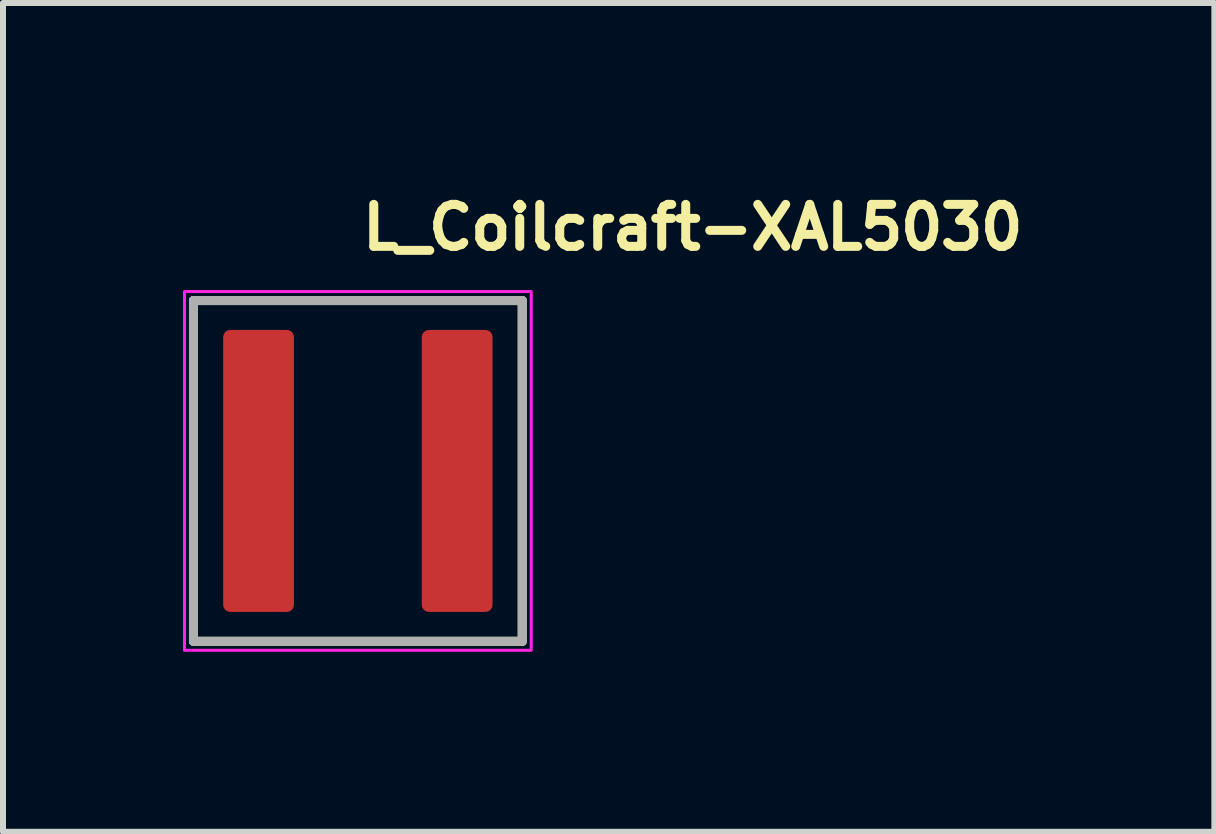
<source format=kicad_pcb>
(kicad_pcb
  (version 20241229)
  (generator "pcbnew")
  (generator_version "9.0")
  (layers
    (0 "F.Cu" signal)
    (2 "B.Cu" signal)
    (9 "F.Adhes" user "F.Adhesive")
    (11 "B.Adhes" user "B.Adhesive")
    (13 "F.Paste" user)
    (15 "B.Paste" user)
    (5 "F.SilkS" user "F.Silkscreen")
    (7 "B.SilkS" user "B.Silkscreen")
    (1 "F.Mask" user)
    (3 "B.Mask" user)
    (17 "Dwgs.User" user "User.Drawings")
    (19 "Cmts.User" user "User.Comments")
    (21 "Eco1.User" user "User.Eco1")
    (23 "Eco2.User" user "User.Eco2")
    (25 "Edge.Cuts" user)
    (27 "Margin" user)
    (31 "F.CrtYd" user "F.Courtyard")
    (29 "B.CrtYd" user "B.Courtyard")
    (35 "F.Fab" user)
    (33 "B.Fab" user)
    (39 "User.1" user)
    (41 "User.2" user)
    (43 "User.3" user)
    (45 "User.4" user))
  (footprint "L_Coilcraft-XAL5030"
    (layer "F.Cu")
    (at 2.915 4.8)
    (property "Reference" "L_Coilcraft-XAL5030" (at 0 -3.65 0) (layer "F.SilkS") (effects (font (size 0.7 0.7) (thickness 0.15)) (justify left bottom)))
    (attr smd)
    (fp_line (start -2.74 -2.84) (end 2.74 -2.84) (stroke (width 0.15) (type solid)) (layer "F.SilkS"))
    (fp_line (start -2.74 2.84) (end -2.74 -2.84) (stroke (width 0.15) (type solid)) (layer "F.SilkS"))
    (fp_line (start -2.74 2.84) (end 2.74 2.84) (stroke (width 0.15) (type solid)) (layer "F.SilkS"))
    (fp_line (start 2.74 2.84) (end 2.74 -2.84) (stroke (width 0.15) (type solid)) (layer "F.SilkS"))
    (fp_rect (start -2.89 -2.99) (end 2.89 2.99) (stroke (width 0.05) (type solid)) (fill no) (layer "F.CrtYd"))
    (fp_line (start -2.74 -2.84) (end 2.74 -2.84) (stroke (width 0.15) (type solid)) (layer "F.Fab"))
    (fp_line (start -2.74 2.84) (end -2.74 -2.84) (stroke (width 0.15) (type solid)) (layer "F.Fab"))
    (fp_line (start 2.74 -2.84) (end 2.74 2.84) (stroke (width 0.15) (type solid)) (layer "F.Fab"))
    (fp_line (start 2.74 2.84) (end -2.74 2.84) (stroke (width 0.15) (type solid)) (layer "F.Fab"))
    (fp_rect (start -2.64 -2.74) (end 2.64 2.74) (stroke (width 0.1) (type solid)) (fill no) (layer "User.5"))
    (fp_line (start -2.64 -2.54) (end -2.64 2.54) (stroke (width 0.02) (type solid)) (layer "User.9"))
    (fp_line (start -2.64 2.54) (end -2.639 2.549) (stroke (width 0.02) (type solid)) (layer "User.9"))
    (fp_line (start -2.639 -2.559) (end -2.639 -2.549) (stroke (width 0.02) (type solid)) (layer "User.9"))
    (fp_line (start -2.639 -2.549) (end -2.64 -2.54) (stroke (width 0.02) (type solid)) (layer "User.9"))
    (fp_line (start -2.639 2.549) (end -2.639 2.559) (stroke (width 0.02) (type solid)) (layer "User.9"))
    (fp_line (start -2.639 2.559) (end -2.637 2.569) (stroke (width 0.02) (type solid)) (layer "User.9"))
    (fp_line (start -2.637 -2.569) (end -2.639 -2.559) (stroke (width 0.02) (type solid)) (layer "User.9"))
    (fp_line (start -2.637 2.569) (end -2.636 2.579) (stroke (width 0.02) (type solid)) (layer "User.9"))
    (fp_line (start -2.636 -2.579) (end -2.637 -2.569) (stroke (width 0.02) (type solid)) (layer "User.9"))
    (fp_line (start -2.636 2.579) (end -2.633 2.588) (stroke (width 0.02) (type solid)) (layer "User.9"))
    (fp_line (start -2.633 -2.588) (end -2.636 -2.579) (stroke (width 0.02) (type solid)) (layer "User.9"))
    (fp_line (start -2.633 2.588) (end -2.631 2.598) (stroke (width 0.02) (type solid)) (layer "User.9"))
    (fp_line (start -2.631 -2.598) (end -2.633 -2.588) (stroke (width 0.02) (type solid)) (layer "User.9"))
    (fp_line (start -2.631 2.598) (end -2.628 2.607) (stroke (width 0.02) (type solid)) (layer "User.9"))
    (fp_line (start -2.628 -2.607) (end -2.631 -2.598) (stroke (width 0.02) (type solid)) (layer "User.9"))
    (fp_line (start -2.628 2.607) (end -2.624 2.616) (stroke (width 0.02) (type solid)) (layer "User.9"))
    (fp_line (start -2.624 -2.616) (end -2.628 -2.607) (stroke (width 0.02) (type solid)) (layer "User.9"))
    (fp_line (start -2.624 2.616) (end -2.62 2.625) (stroke (width 0.02) (type solid)) (layer "User.9"))
    (fp_line (start -2.62 -2.625) (end -2.624 -2.616) (stroke (width 0.02) (type solid)) (layer "User.9"))
    (fp_line (start -2.62 2.625) (end -2.616 2.634) (stroke (width 0.02) (type solid)) (layer "User.9"))
    (fp_line (start -2.616 -2.634) (end -2.62 -2.625) (stroke (width 0.02) (type solid)) (layer "User.9"))
    (fp_line (start -2.616 2.634) (end -2.611 2.642) (stroke (width 0.02) (type solid)) (layer "User.9"))
    (fp_line (start -2.611 -2.642) (end -2.616 -2.634) (stroke (width 0.02) (type solid)) (layer "User.9"))
    (fp_line (start -2.611 2.642) (end -2.606 2.65) (stroke (width 0.02) (type solid)) (layer "User.9"))
    (fp_line (start -2.606 -2.65) (end -2.611 -2.642) (stroke (width 0.02) (type solid)) (layer "User.9"))
    (fp_line (start -2.606 2.65) (end -2.6 2.658) (stroke (width 0.02) (type solid)) (layer "User.9"))
    (fp_line (start -2.6 -2.658) (end -2.606 -2.65) (stroke (width 0.02) (type solid)) (layer "User.9"))
    (fp_line (start -2.6 2.658) (end -2.594 2.666) (stroke (width 0.02) (type solid)) (layer "User.9"))
    (fp_line (start -2.594 -2.666) (end -2.6 -2.658) (stroke (width 0.02) (type solid)) (layer "User.9"))
    (fp_line (start -2.594 2.666) (end -2.588 2.674) (stroke (width 0.02) (type solid)) (layer "User.9"))
    (fp_line (start -2.588 -2.674) (end -2.594 -2.666) (stroke (width 0.02) (type solid)) (layer "User.9"))
    (fp_line (start -2.588 2.674) (end -2.581 2.681) (stroke (width 0.02) (type solid)) (layer "User.9"))
    (fp_line (start -2.581 -2.681) (end -2.588 -2.674) (stroke (width 0.02) (type solid)) (layer "User.9"))
    (fp_line (start -2.581 -2.681) (end -2.581 -2.681) (stroke (width 0.02) (type solid)) (layer "User.9"))
    (fp_line (start -2.581 2.681) (end -2.581 2.681) (stroke (width 0.02) (type solid)) (layer "User.9"))
    (fp_line (start -2.581 2.681) (end -2.574 2.688) (stroke (width 0.02) (type solid)) (layer "User.9"))
    (fp_line (start -2.574 -2.688) (end -2.581 -2.681) (stroke (width 0.02) (type solid)) (layer "User.9"))
    (fp_line (start -2.574 2.688) (end -2.566 2.694) (stroke (width 0.02) (type solid)) (layer "User.9"))
    (fp_line (start -2.566 -2.694) (end -2.574 -2.688) (stroke (width 0.02) (type solid)) (layer "User.9"))
    (fp_line (start -2.566 2.694) (end -2.558 2.7) (stroke (width 0.02) (type solid)) (layer "User.9"))
    (fp_line (start -2.558 -2.7) (end -2.566 -2.694) (stroke (width 0.02) (type solid)) (layer "User.9"))
    (fp_line (start -2.558 2.7) (end -2.55 2.706) (stroke (width 0.02) (type solid)) (layer "User.9"))
    (fp_line (start -2.55 -2.706) (end -2.558 -2.7) (stroke (width 0.02) (type solid)) (layer "User.9"))
    (fp_line (start -2.55 2.706) (end -2.542 2.711) (stroke (width 0.02) (type solid)) (layer "User.9"))
    (fp_line (start -2.542 -2.711) (end -2.55 -2.706) (stroke (width 0.02) (type solid)) (layer "User.9"))
    (fp_line (start -2.542 2.711) (end -2.534 2.716) (stroke (width 0.02) (type solid)) (layer "User.9"))
    (fp_line (start -2.534 -2.716) (end -2.542 -2.711) (stroke (width 0.02) (type solid)) (layer "User.9"))
    (fp_line (start -2.534 2.716) (end -2.525 2.72) (stroke (width 0.02) (type solid)) (layer "User.9"))
    (fp_line (start -2.525 -2.72) (end -2.534 -2.716) (stroke (width 0.02) (type solid)) (layer "User.9"))
    (fp_line (start -2.525 2.72) (end -2.516 2.724) (stroke (width 0.02) (type solid)) (layer "User.9"))
    (fp_line (start -2.516 -2.724) (end -2.525 -2.72) (stroke (width 0.02) (type solid)) (layer "User.9"))
    (fp_line (start -2.516 2.724) (end -2.507 2.728) (stroke (width 0.02) (type solid)) (layer "User.9"))
    (fp_line (start -2.507 -2.728) (end -2.516 -2.724) (stroke (width 0.02) (type solid)) (layer "User.9"))
    (fp_line (start -2.507 2.728) (end -2.498 2.731) (stroke (width 0.02) (type solid)) (layer "User.9"))
    (fp_line (start -2.498 -2.731) (end -2.507 -2.728) (stroke (width 0.02) (type solid)) (layer "User.9"))
    (fp_line (start -2.498 2.731) (end -2.488 2.733) (stroke (width 0.02) (type solid)) (layer "User.9"))
    (fp_line (start -2.488 -2.733) (end -2.498 -2.731) (stroke (width 0.02) (type solid)) (layer "User.9"))
    (fp_line (start -2.488 2.733) (end -2.479 2.736) (stroke (width 0.02) (type solid)) (layer "User.9"))
    (fp_line (start -2.479 -2.736) (end -2.488 -2.733) (stroke (width 0.02) (type solid)) (layer "User.9"))
    (fp_line (start -2.479 2.736) (end -2.469 2.737) (stroke (width 0.02) (type solid)) (layer "User.9"))
    (fp_line (start -2.469 -2.737) (end -2.479 -2.736) (stroke (width 0.02) (type solid)) (layer "User.9"))
    (fp_line (start -2.469 2.737) (end -2.459 2.739) (stroke (width 0.02) (type solid)) (layer "User.9"))
    (fp_line (start -2.459 -2.739) (end -2.469 -2.737) (stroke (width 0.02) (type solid)) (layer "User.9"))
    (fp_line (start -2.459 2.739) (end -2.449 2.739) (stroke (width 0.02) (type solid)) (layer "User.9"))
    (fp_line (start -2.449 -2.739) (end -2.459 -2.739) (stroke (width 0.02) (type solid)) (layer "User.9"))
    (fp_line (start -2.449 2.739) (end -2.44 2.74) (stroke (width 0.02) (type solid)) (layer "User.9"))
    (fp_line (start -2.44 -2.74) (end -2.449 -2.739) (stroke (width 0.02) (type solid)) (layer "User.9"))
    (fp_line (start -2.44 -2.74) (end 2.44 -2.74) (stroke (width 0.02) (type solid)) (layer "User.9"))
    (fp_line (start -2.44 2.74) (end 2.44 2.74) (stroke (width 0.02) (type solid)) (layer "User.9"))
    (fp_line (start -1.865 -1.974) (end -1.865 2.024) (stroke (width 0.02) (type solid)) (layer "User.9"))
    (fp_line (start -1.865 2.024) (end -1.665 2.024) (stroke (width 0.02) (type solid)) (layer "User.9"))
    (fp_line (start -1.665 -1.974) (end -1.865 -1.974) (stroke (width 0.02) (type solid)) (layer "User.9"))
    (fp_line (start -1.665 2.024) (end -1.665 -1.974) (stroke (width 0.02) (type solid)) (layer "User.9"))
    (fp_line (start 2.44 -2.74) (end -2.44 -2.74) (stroke (width 0.02) (type solid)) (layer "User.9"))
    (fp_line (start 2.44 2.74) (end -2.44 2.74) (stroke (width 0.02) (type solid)) (layer "User.9"))
    (fp_line (start 2.44 2.74) (end 2.449 2.739) (stroke (width 0.02) (type solid)) (layer "User.9"))
    (fp_line (start 2.449 -2.739) (end 2.44 -2.74) (stroke (width 0.02) (type solid)) (layer "User.9"))
    (fp_line (start 2.449 2.739) (end 2.459 2.739) (stroke (width 0.02) (type solid)) (layer "User.9"))
    (fp_line (start 2.459 -2.739) (end 2.449 -2.739) (stroke (width 0.02) (type solid)) (layer "User.9"))
    (fp_line (start 2.459 2.739) (end 2.469 2.737) (stroke (width 0.02) (type solid)) (layer "User.9"))
    (fp_line (start 2.469 -2.737) (end 2.459 -2.739) (stroke (width 0.02) (type solid)) (layer "User.9"))
    (fp_line (start 2.469 2.737) (end 2.479 2.736) (stroke (width 0.02) (type solid)) (layer "User.9"))
    (fp_line (start 2.479 -2.736) (end 2.469 -2.737) (stroke (width 0.02) (type solid)) (layer "User.9"))
    (fp_line (start 2.479 2.736) (end 2.488 2.733) (stroke (width 0.02) (type solid)) (layer "User.9"))
    (fp_line (start 2.488 -2.733) (end 2.479 -2.736) (stroke (width 0.02) (type solid)) (layer "User.9"))
    (fp_line (start 2.488 2.733) (end 2.498 2.731) (stroke (width 0.02) (type solid)) (layer "User.9"))
    (fp_line (start 2.498 -2.731) (end 2.488 -2.733) (stroke (width 0.02) (type solid)) (layer "User.9"))
    (fp_line (start 2.498 2.731) (end 2.507 2.728) (stroke (width 0.02) (type solid)) (layer "User.9"))
    (fp_line (start 2.507 -2.728) (end 2.498 -2.731) (stroke (width 0.02) (type solid)) (layer "User.9"))
    (fp_line (start 2.507 2.728) (end 2.516 2.724) (stroke (width 0.02) (type solid)) (layer "User.9"))
    (fp_line (start 2.516 -2.724) (end 2.507 -2.728) (stroke (width 0.02) (type solid)) (layer "User.9"))
    (fp_line (start 2.516 2.724) (end 2.525 2.72) (stroke (width 0.02) (type solid)) (layer "User.9"))
    (fp_line (start 2.525 -2.72) (end 2.516 -2.724) (stroke (width 0.02) (type solid)) (layer "User.9"))
    (fp_line (start 2.525 2.72) (end 2.534 2.716) (stroke (width 0.02) (type solid)) (layer "User.9"))
    (fp_line (start 2.534 -2.716) (end 2.525 -2.72) (stroke (width 0.02) (type solid)) (layer "User.9"))
    (fp_line (start 2.534 2.716) (end 2.542 2.711) (stroke (width 0.02) (type solid)) (layer "User.9"))
    (fp_line (start 2.542 -2.711) (end 2.534 -2.716) (stroke (width 0.02) (type solid)) (layer "User.9"))
    (fp_line (start 2.542 2.711) (end 2.55 2.706) (stroke (width 0.02) (type solid)) (layer "User.9"))
    (fp_line (start 2.55 -2.706) (end 2.542 -2.711) (stroke (width 0.02) (type solid)) (layer "User.9"))
    (fp_line (start 2.55 2.706) (end 2.558 2.7) (stroke (width 0.02) (type solid)) (layer "User.9"))
    (fp_line (start 2.558 -2.7) (end 2.55 -2.706) (stroke (width 0.02) (type solid)) (layer "User.9"))
    (fp_line (start 2.558 2.7) (end 2.566 2.694) (stroke (width 0.02) (type solid)) (layer "User.9"))
    (fp_line (start 2.566 -2.694) (end 2.558 -2.7) (stroke (width 0.02) (type solid)) (layer "User.9"))
    (fp_line (start 2.566 2.694) (end 2.574 2.688) (stroke (width 0.02) (type solid)) (layer "User.9"))
    (fp_line (start 2.574 -2.688) (end 2.566 -2.694) (stroke (width 0.02) (type solid)) (layer "User.9"))
    (fp_line (start 2.574 2.688) (end 2.581 2.681) (stroke (width 0.02) (type solid)) (layer "User.9"))
    (fp_line (start 2.581 -2.681) (end 2.574 -2.688) (stroke (width 0.02) (type solid)) (layer "User.9"))
    (fp_line (start 2.581 -2.681) (end 2.581 -2.681) (stroke (width 0.02) (type solid)) (layer "User.9"))
    (fp_line (start 2.581 2.681) (end 2.581 2.681) (stroke (width 0.02) (type solid)) (layer "User.9"))
    (fp_line (start 2.581 2.681) (end 2.588 2.674) (stroke (width 0.02) (type solid)) (layer "User.9"))
    (fp_line (start 2.588 -2.674) (end 2.581 -2.681) (stroke (width 0.02) (type solid)) (layer "User.9"))
    (fp_line (start 2.588 2.674) (end 2.594 2.666) (stroke (width 0.02) (type solid)) (layer "User.9"))
    (fp_line (start 2.594 -2.666) (end 2.588 -2.674) (stroke (width 0.02) (type solid)) (layer "User.9"))
    (fp_line (start 2.594 2.666) (end 2.6 2.658) (stroke (width 0.02) (type solid)) (layer "User.9"))
    (fp_line (start 2.6 -2.658) (end 2.594 -2.666) (stroke (width 0.02) (type solid)) (layer "User.9"))
    (fp_line (start 2.6 2.658) (end 2.606 2.65) (stroke (width 0.02) (type solid)) (layer "User.9"))
    (fp_line (start 2.606 -2.65) (end 2.6 -2.658) (stroke (width 0.02) (type solid)) (layer "User.9"))
    (fp_line (start 2.606 2.65) (end 2.611 2.642) (stroke (width 0.02) (type solid)) (layer "User.9"))
    (fp_line (start 2.611 -2.642) (end 2.606 -2.65) (stroke (width 0.02) (type solid)) (layer "User.9"))
    (fp_line (start 2.611 2.642) (end 2.616 2.634) (stroke (width 0.02) (type solid)) (layer "User.9"))
    (fp_line (start 2.616 -2.634) (end 2.611 -2.642) (stroke (width 0.02) (type solid)) (layer "User.9"))
    (fp_line (start 2.616 2.634) (end 2.62 2.625) (stroke (width 0.02) (type solid)) (layer "User.9"))
    (fp_line (start 2.62 -2.625) (end 2.616 -2.634) (stroke (width 0.02) (type solid)) (layer "User.9"))
    (fp_line (start 2.62 2.625) (end 2.624 2.616) (stroke (width 0.02) (type solid)) (layer "User.9"))
    (fp_line (start 2.624 -2.616) (end 2.62 -2.625) (stroke (width 0.02) (type solid)) (layer "User.9"))
    (fp_line (start 2.624 2.616) (end 2.628 2.607) (stroke (width 0.02) (type solid)) (layer "User.9"))
    (fp_line (start 2.628 -2.607) (end 2.624 -2.616) (stroke (width 0.02) (type solid)) (layer "User.9"))
    (fp_line (start 2.628 2.607) (end 2.631 2.598) (stroke (width 0.02) (type solid)) (layer "User.9"))
    (fp_line (start 2.631 -2.598) (end 2.628 -2.607) (stroke (width 0.02) (type solid)) (layer "User.9"))
    (fp_line (start 2.631 2.598) (end 2.633 2.588) (stroke (width 0.02) (type solid)) (layer "User.9"))
    (fp_line (start 2.633 -2.588) (end 2.631 -2.598) (stroke (width 0.02) (type solid)) (layer "User.9"))
    (fp_line (start 2.633 2.588) (end 2.636 2.579) (stroke (width 0.02) (type solid)) (layer "User.9"))
    (fp_line (start 2.636 -2.579) (end 2.633 -2.588) (stroke (width 0.02) (type solid)) (layer "User.9"))
    (fp_line (start 2.636 2.579) (end 2.637 2.569) (stroke (width 0.02) (type solid)) (layer "User.9"))
    (fp_line (start 2.637 -2.569) (end 2.636 -2.579) (stroke (width 0.02) (type solid)) (layer "User.9"))
    (fp_line (start 2.637 2.569) (end 2.639 2.559) (stroke (width 0.02) (type solid)) (layer "User.9"))
    (fp_line (start 2.639 -2.559) (end 2.637 -2.569) (stroke (width 0.02) (type solid)) (layer "User.9"))
    (fp_line (start 2.639 -2.549) (end 2.639 -2.559) (stroke (width 0.02) (type solid)) (layer "User.9"))
    (fp_line (start 2.639 2.549) (end 2.64 2.54) (stroke (width 0.02) (type solid)) (layer "User.9"))
    (fp_line (start 2.639 2.559) (end 2.639 2.549) (stroke (width 0.02) (type solid)) (layer "User.9"))
    (fp_line (start 2.64 -2.54) (end 2.639 -2.549) (stroke (width 0.02) (type solid)) (layer "User.9"))
    (fp_line (start 2.64 2.54) (end 2.64 -2.54) (stroke (width 0.02) (type solid)) (layer "User.9"))
    (pad "1" smd roundrect (at -1.655 0) (size 1.18 4.7) (layers "F.Cu" "F.Mask" "F.Paste") (roundrect_rratio 0.1))
    (pad "2" smd roundrect (at 1.655 0) (size 1.18 4.7) (layers "F.Cu" "F.Mask" "F.Paste") (roundrect_rratio 0.1)))
  (gr_rect
    (start -3 -3)
    (end 17.192 10.815)
    (stroke (width 0.1) (type default))
    (fill no)
    (layer "Edge.Cuts")))
</source>
